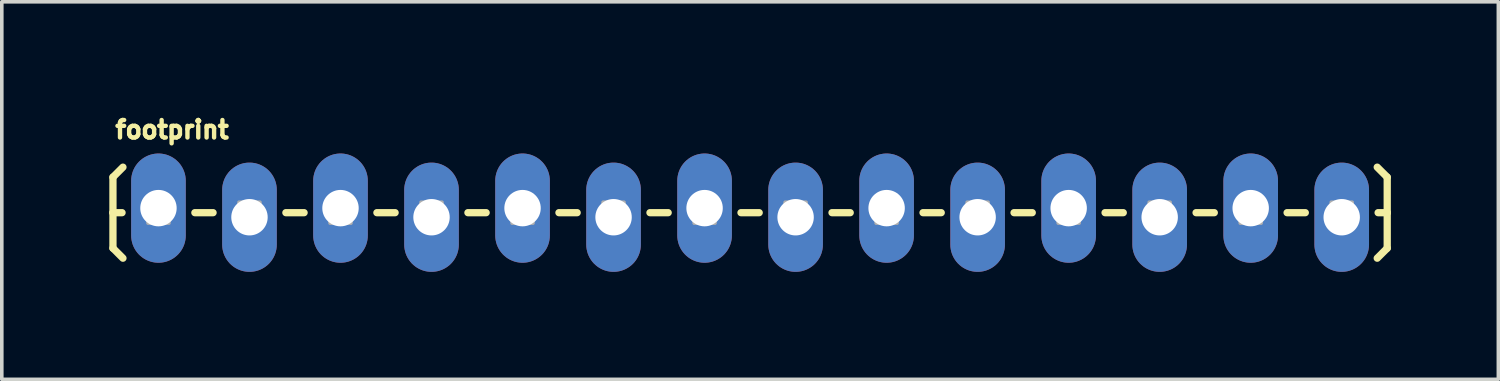
<source format=kicad_pcb>
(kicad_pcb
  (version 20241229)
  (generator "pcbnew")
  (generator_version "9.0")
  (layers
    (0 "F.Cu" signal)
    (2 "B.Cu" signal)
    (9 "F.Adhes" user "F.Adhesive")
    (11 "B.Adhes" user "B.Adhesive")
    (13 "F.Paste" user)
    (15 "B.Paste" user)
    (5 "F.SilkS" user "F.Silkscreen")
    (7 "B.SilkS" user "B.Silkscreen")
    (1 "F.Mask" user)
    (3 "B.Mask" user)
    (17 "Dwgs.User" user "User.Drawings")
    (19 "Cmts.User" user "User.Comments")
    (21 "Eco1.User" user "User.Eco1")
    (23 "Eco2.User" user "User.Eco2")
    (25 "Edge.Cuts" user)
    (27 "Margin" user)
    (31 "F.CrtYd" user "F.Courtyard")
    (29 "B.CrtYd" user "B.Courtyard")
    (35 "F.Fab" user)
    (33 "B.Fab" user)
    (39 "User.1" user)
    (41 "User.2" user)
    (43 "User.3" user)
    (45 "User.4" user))
  (footprint "footprint"
    (layer "F.Cu")
    (at 1.372 2.885)
    (property "Reference" "footprint" (at -1.27 -2.032 0) (layer "F.SilkS") (effects (font (size 0.488 0.488) (thickness 0.122)) (justify left bottom)))
    (fp_line (start -1.27 -0.991) (end -0.991 -1.27) (stroke (width 0.203) (type solid)) (layer "F.SilkS"))
    (fp_line (start -1.27 0) (end -1.27 -0.991) (stroke (width 0.203) (type solid)) (layer "F.SilkS"))
    (fp_line (start -1.27 0) (end -1.27 0.991) (stroke (width 0.203) (type solid)) (layer "F.SilkS"))
    (fp_line (start -1.27 0) (end -1.016 0) (stroke (width 0.203) (type solid)) (layer "F.SilkS"))
    (fp_line (start -1.27 0.991) (end -0.991 1.27) (stroke (width 0.203) (type solid)) (layer "F.SilkS"))
    (fp_line (start 1.524 0) (end 1.016 0) (stroke (width 0.203) (type solid)) (layer "F.SilkS"))
    (fp_line (start 4.064 0) (end 3.556 0) (stroke (width 0.203) (type solid)) (layer "F.SilkS"))
    (fp_line (start 6.604 0) (end 6.096 0) (stroke (width 0.203) (type solid)) (layer "F.SilkS"))
    (fp_line (start 9.144 0) (end 8.636 0) (stroke (width 0.203) (type solid)) (layer "F.SilkS"))
    (fp_line (start 11.684 0) (end 11.176 0) (stroke (width 0.203) (type solid)) (layer "F.SilkS"))
    (fp_line (start 14.224 0) (end 13.716 0) (stroke (width 0.203) (type solid)) (layer "F.SilkS"))
    (fp_line (start 16.764 0) (end 16.256 0) (stroke (width 0.203) (type solid)) (layer "F.SilkS"))
    (fp_line (start 19.304 0) (end 18.796 0) (stroke (width 0.203) (type solid)) (layer "F.SilkS"))
    (fp_line (start 21.844 0) (end 21.336 0) (stroke (width 0.203) (type solid)) (layer "F.SilkS"))
    (fp_line (start 24.384 0) (end 23.876 0) (stroke (width 0.203) (type solid)) (layer "F.SilkS"))
    (fp_line (start 26.924 0) (end 26.416 0) (stroke (width 0.203) (type solid)) (layer "F.SilkS"))
    (fp_line (start 29.464 0) (end 28.956 0) (stroke (width 0.203) (type solid)) (layer "F.SilkS"))
    (fp_line (start 32.004 0) (end 31.496 0) (stroke (width 0.203) (type solid)) (layer "F.SilkS"))
    (fp_line (start 34.29 -0.991) (end 34.011 -1.27) (stroke (width 0.203) (type solid)) (layer "F.SilkS"))
    (fp_line (start 34.29 0) (end 34.036 0) (stroke (width 0.203) (type solid)) (layer "F.SilkS"))
    (fp_line (start 34.29 0) (end 34.29 -0.991) (stroke (width 0.203) (type solid)) (layer "F.SilkS"))
    (fp_line (start 34.29 0) (end 34.29 0.991) (stroke (width 0.203) (type solid)) (layer "F.SilkS"))
    (fp_line (start 34.29 0.991) (end 34.011 1.27) (stroke (width 0.203) (type solid)) (layer "F.SilkS"))
    (fp_poly (pts (xy -0.292 0.292) (xy 0.292 0.292) (xy 0.292 -0.292) (xy -0.292 -0.292)) (stroke (width 0.1) (type solid)) (fill no) (layer "F.Fab"))
    (fp_poly (pts (xy 2.248 0.292) (xy 2.832 0.292) (xy 2.832 -0.292) (xy 2.248 -0.292)) (stroke (width 0.1) (type solid)) (fill no) (layer "F.Fab"))
    (fp_poly (pts (xy 4.788 0.292) (xy 5.372 0.292) (xy 5.372 -0.292) (xy 4.788 -0.292)) (stroke (width 0.1) (type solid)) (fill no) (layer "F.Fab"))
    (fp_poly (pts (xy 7.912 0.292) (xy 7.912 -0.292) (xy 7.328 -0.292) (xy 7.328 0.292)) (stroke (width 0.1) (type solid)) (fill no) (layer "F.Fab"))
    (fp_poly (pts (xy 9.868 0.292) (xy 10.452 0.292) (xy 10.452 -0.292) (xy 9.868 -0.292)) (stroke (width 0.1) (type solid)) (fill no) (layer "F.Fab"))
    (fp_poly (pts (xy 12.408 0.292) (xy 12.992 0.292) (xy 12.992 -0.292) (xy 12.408 -0.292)) (stroke (width 0.1) (type solid)) (fill no) (layer "F.Fab"))
    (fp_poly (pts (xy 14.948 0.292) (xy 15.532 0.292) (xy 15.532 -0.292) (xy 14.948 -0.292)) (stroke (width 0.1) (type solid)) (fill no) (layer "F.Fab"))
    (fp_poly (pts (xy 17.488 0.292) (xy 18.072 0.292) (xy 18.072 -0.292) (xy 17.488 -0.292)) (stroke (width 0.1) (type solid)) (fill no) (layer "F.Fab"))
    (fp_poly (pts (xy 20.028 0.292) (xy 20.612 0.292) (xy 20.612 -0.292) (xy 20.028 -0.292)) (stroke (width 0.1) (type solid)) (fill no) (layer "F.Fab"))
    (fp_poly (pts (xy 23.152 0.292) (xy 23.152 -0.292) (xy 22.568 -0.292) (xy 22.568 0.292)) (stroke (width 0.1) (type solid)) (fill no) (layer "F.Fab"))
    (fp_poly (pts (xy 25.108 0.292) (xy 25.692 0.292) (xy 25.692 -0.292) (xy 25.108 -0.292)) (stroke (width 0.1) (type solid)) (fill no) (layer "F.Fab"))
    (fp_poly (pts (xy 27.648 0.292) (xy 28.232 0.292) (xy 28.232 -0.292) (xy 27.648 -0.292)) (stroke (width 0.1) (type solid)) (fill no) (layer "F.Fab"))
    (fp_poly (pts (xy 30.188 0.292) (xy 30.772 0.292) (xy 30.772 -0.292) (xy 30.188 -0.292)) (stroke (width 0.1) (type solid)) (fill no) (layer "F.Fab"))
    (fp_poly (pts (xy 32.728 0.292) (xy 33.312 0.292) (xy 33.312 -0.292) (xy 32.728 -0.292)) (stroke (width 0.1) (type solid)) (fill no) (layer "F.Fab"))
    (pad "1" thru_hole oval (at 0 -0.127 90) (size 3.048 1.524) (drill 1.016) (layers "*.Cu" "*.Mask"))
    (pad "2" thru_hole oval (at 2.54 0.127 90) (size 3.048 1.524) (drill 1.016) (layers "*.Cu" "*.Mask"))
    (pad "3" thru_hole oval (at 5.08 -0.127 90) (size 3.048 1.524) (drill 1.016) (layers "*.Cu" "*.Mask"))
    (pad "4" thru_hole oval (at 7.62 0.127 90) (size 3.048 1.524) (drill 1.016) (layers "*.Cu" "*.Mask"))
    (pad "5" thru_hole oval (at 10.16 -0.127 90) (size 3.048 1.524) (drill 1.016) (layers "*.Cu" "*.Mask"))
    (pad "6" thru_hole oval (at 12.7 0.127 90) (size 3.048 1.524) (drill 1.016) (layers "*.Cu" "*.Mask"))
    (pad "7" thru_hole oval (at 15.24 -0.127 90) (size 3.048 1.524) (drill 1.016) (layers "*.Cu" "*.Mask"))
    (pad "8" thru_hole oval (at 17.78 0.127 90) (size 3.048 1.524) (drill 1.016) (layers "*.Cu" "*.Mask"))
    (pad "9" thru_hole oval (at 20.32 -0.127 90) (size 3.048 1.524) (drill 1.016) (layers "*.Cu" "*.Mask"))
    (pad "10" thru_hole oval (at 22.86 0.127 90) (size 3.048 1.524) (drill 1.016) (layers "*.Cu" "*.Mask"))
    (pad "11" thru_hole oval (at 25.4 -0.127 90) (size 3.048 1.524) (drill 1.016) (layers "*.Cu" "*.Mask"))
    (pad "12" thru_hole oval (at 27.94 0.127 90) (size 3.048 1.524) (drill 1.016) (layers "*.Cu" "*.Mask"))
    (pad "13" thru_hole oval (at 30.48 -0.127 90) (size 3.048 1.524) (drill 1.016) (layers "*.Cu" "*.Mask"))
    (pad "14" thru_hole oval (at 33.02 0.127 90) (size 3.048 1.524) (drill 1.016) (layers "*.Cu" "*.Mask")))
  (gr_rect
    (start -3 -3)
    (end 38.763 7.536)
    (stroke (width 0.1) (type default))
    (fill no)
    (layer "Edge.Cuts")))
</source>
